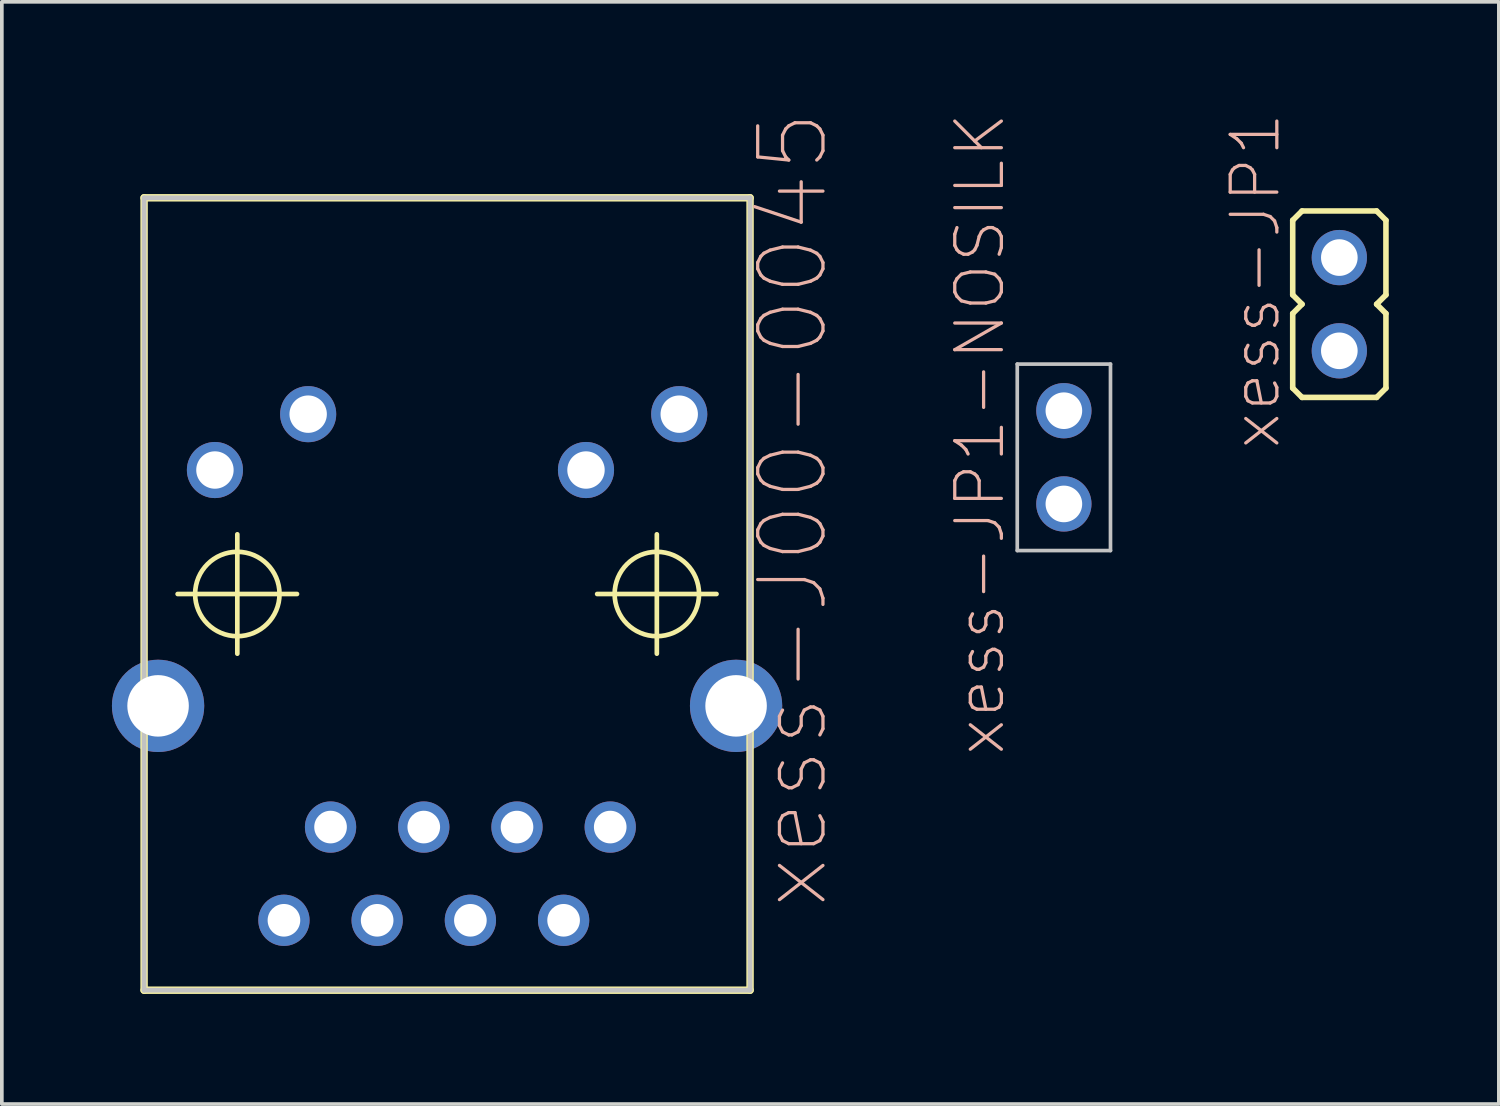
<source format=kicad_pcb>
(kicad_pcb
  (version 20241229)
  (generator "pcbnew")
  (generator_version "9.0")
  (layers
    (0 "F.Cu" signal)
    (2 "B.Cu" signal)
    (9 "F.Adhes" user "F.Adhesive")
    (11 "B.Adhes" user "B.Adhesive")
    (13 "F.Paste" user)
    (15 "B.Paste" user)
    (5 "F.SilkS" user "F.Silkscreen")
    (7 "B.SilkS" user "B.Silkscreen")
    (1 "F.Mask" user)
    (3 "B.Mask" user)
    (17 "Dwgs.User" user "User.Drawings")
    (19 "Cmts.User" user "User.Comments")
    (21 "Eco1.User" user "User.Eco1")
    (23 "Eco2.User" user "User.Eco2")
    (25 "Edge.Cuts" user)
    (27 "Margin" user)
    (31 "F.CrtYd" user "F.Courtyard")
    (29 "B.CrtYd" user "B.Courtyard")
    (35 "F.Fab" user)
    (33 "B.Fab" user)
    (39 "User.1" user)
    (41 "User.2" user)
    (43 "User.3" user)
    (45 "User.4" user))
  (footprint "xess-JP1-NOSILK"
    (layer "F.Cu")
    (at 25.936 9.41)
    (property "Reference" "xess-JP1-NOSILK" (at -2.286 -0.635 90) (layer "B.SilkS") (effects (font (size 1.27 1.27) (thickness 0.089))))
    (attr exclude_from_pos_files exclude_from_bom)
    (fp_line (start -1.27 -2.54) (end 1.27 -2.54) (stroke (width 0.1) (type solid)) (layer "Dwgs.User"))
    (fp_line (start -1.27 2.54) (end -1.27 -2.54) (stroke (width 0.1) (type solid)) (layer "Dwgs.User"))
    (fp_line (start -0.305 -1.575) (end 0.305 -1.575) (stroke (width 0.066) (type solid)) (layer "Dwgs.User"))
    (fp_line (start -0.305 -0.965) (end -0.305 -1.575) (stroke (width 0.066) (type solid)) (layer "Dwgs.User"))
    (fp_line (start -0.305 -0.965) (end 0.305 -0.965) (stroke (width 0.066) (type solid)) (layer "Dwgs.User"))
    (fp_line (start -0.305 0.965) (end 0.305 0.965) (stroke (width 0.066) (type solid)) (layer "Dwgs.User"))
    (fp_line (start -0.305 1.575) (end -0.305 0.965) (stroke (width 0.066) (type solid)) (layer "Dwgs.User"))
    (fp_line (start -0.305 1.575) (end 0.305 1.575) (stroke (width 0.066) (type solid)) (layer "Dwgs.User"))
    (fp_line (start 0.305 -0.965) (end 0.305 -1.575) (stroke (width 0.066) (type solid)) (layer "Dwgs.User"))
    (fp_line (start 0.305 1.575) (end 0.305 0.965) (stroke (width 0.066) (type solid)) (layer "Dwgs.User"))
    (fp_line (start 1.27 -2.54) (end 1.27 2.54) (stroke (width 0.1) (type solid)) (layer "Dwgs.User"))
    (fp_line (start 1.27 2.54) (end -1.27 2.54) (stroke (width 0.1) (type solid)) (layer "Dwgs.User"))
    (pad "1" thru_hole circle (at 0 1.27) (size 1.506 1.506) (drill 0.998) (layers "*.Cu" "*.Mask"))
    (pad "2" thru_hole circle (at 0 -1.27) (size 1.506 1.506) (drill 0.998) (layers "*.Cu" "*.Mask")))
  (footprint "xess-JP1"
    (layer "F.Cu")
    (at 33.441 5.238)
    (property "Reference" "xess-JP1" (at -2.286 -0.635 90) (layer "B.SilkS") (effects (font (size 1.27 1.27) (thickness 0.089))))
    (attr exclude_from_pos_files exclude_from_bom)
    (fp_line (start -1.27 -2.286) (end -1.27 -0.254) (stroke (width 0.152) (type solid)) (layer "F.SilkS"))
    (fp_line (start -1.27 -2.286) (end -1.016 -2.54) (stroke (width 0.152) (type solid)) (layer "F.SilkS"))
    (fp_line (start -1.27 0.254) (end -1.27 2.286) (stroke (width 0.152) (type solid)) (layer "F.SilkS"))
    (fp_line (start -1.016 0) (end -1.27 -0.254) (stroke (width 0.152) (type solid)) (layer "F.SilkS"))
    (fp_line (start -1.016 0) (end -1.27 0.254) (stroke (width 0.152) (type solid)) (layer "F.SilkS"))
    (fp_line (start -1.016 2.54) (end -1.27 2.286) (stroke (width 0.152) (type solid)) (layer "F.SilkS"))
    (fp_line (start -1.016 2.54) (end 1.016 2.54) (stroke (width 0.152) (type solid)) (layer "F.SilkS"))
    (fp_line (start 1.016 -2.54) (end -1.016 -2.54) (stroke (width 0.152) (type solid)) (layer "F.SilkS"))
    (fp_line (start 1.016 0) (end 1.27 -0.254) (stroke (width 0.152) (type solid)) (layer "F.SilkS"))
    (fp_line (start 1.016 0) (end 1.27 0.254) (stroke (width 0.152) (type solid)) (layer "F.SilkS"))
    (fp_line (start 1.016 2.54) (end 1.27 2.286) (stroke (width 0.152) (type solid)) (layer "F.SilkS"))
    (fp_line (start 1.27 -2.286) (end 1.016 -2.54) (stroke (width 0.152) (type solid)) (layer "F.SilkS"))
    (fp_line (start 1.27 -2.286) (end 1.27 -0.254) (stroke (width 0.152) (type solid)) (layer "F.SilkS"))
    (fp_line (start 1.27 0.254) (end 1.27 2.286) (stroke (width 0.152) (type solid)) (layer "F.SilkS"))
    (fp_line (start -0.305 -1.575) (end 0.305 -1.575) (stroke (width 0.066) (type solid)) (layer "Dwgs.User"))
    (fp_line (start -0.305 -0.965) (end -0.305 -1.575) (stroke (width 0.066) (type solid)) (layer "Dwgs.User"))
    (fp_line (start -0.305 -0.965) (end 0.305 -0.965) (stroke (width 0.066) (type solid)) (layer "Dwgs.User"))
    (fp_line (start -0.305 0.965) (end 0.305 0.965) (stroke (width 0.066) (type solid)) (layer "Dwgs.User"))
    (fp_line (start -0.305 1.575) (end -0.305 0.965) (stroke (width 0.066) (type solid)) (layer "Dwgs.User"))
    (fp_line (start -0.305 1.575) (end 0.305 1.575) (stroke (width 0.066) (type solid)) (layer "Dwgs.User"))
    (fp_line (start 0.305 -0.965) (end 0.305 -1.575) (stroke (width 0.066) (type solid)) (layer "Dwgs.User"))
    (fp_line (start 0.305 1.575) (end 0.305 0.965) (stroke (width 0.066) (type solid)) (layer "Dwgs.User"))
    (pad "1" thru_hole circle (at 0 1.27) (size 1.506 1.506) (drill 0.998) (layers "*.Cu" "*.Mask"))
    (pad "2" thru_hole circle (at 0 -1.27) (size 1.506 1.506) (drill 0.998) (layers "*.Cu" "*.Mask")))
  (footprint "xess-J00-0045"
    (layer "F.Cu")
    (at 9.131 13.134)
    (property "Reference" "xess-J00-0045" (at 9.423 -2.299 270) (layer "B.SilkS") (effects (font (size 1.778 1.778) (thickness 0.089))))
    (attr exclude_from_pos_files exclude_from_bom)
    (fp_line (start -8.255 -10.795) (end -8.255 10.795) (stroke (width 0.203) (type solid)) (layer "F.SilkS"))
    (fp_line (start -8.255 10.795) (end 8.255 10.795) (stroke (width 0.203) (type solid)) (layer "F.SilkS"))
    (fp_line (start -7.341 0) (end -4.089 0) (stroke (width 0.127) (type solid)) (layer "F.SilkS"))
    (fp_line (start -5.715 1.626) (end -5.715 -1.626) (stroke (width 0.127) (type solid)) (layer "F.SilkS"))
    (fp_line (start 4.089 0) (end 7.341 0) (stroke (width 0.127) (type solid)) (layer "F.SilkS"))
    (fp_line (start 5.715 1.626) (end 5.715 -1.626) (stroke (width 0.127) (type solid)) (layer "F.SilkS"))
    (fp_line (start 8.255 -10.795) (end -8.255 -10.795) (stroke (width 0.203) (type solid)) (layer "F.SilkS"))
    (fp_line (start 8.255 10.795) (end 8.255 -10.795) (stroke (width 0.203) (type solid)) (layer "F.SilkS"))
    (fp_circle (center -5.715 0) (end -6.528 0.813) (stroke (width 0.127) (type solid)) (fill no) (layer "F.SilkS"))
    (fp_circle (center 5.715 0) (end 6.528 0.813) (stroke (width 0.127) (type solid)) (fill no) (layer "F.SilkS"))
    (fp_line (start -8.255 -10.795) (end -8.255 10.795) (stroke (width 0.127) (type solid)) (layer "Dwgs.User"))
    (fp_line (start -8.255 10.795) (end 8.255 10.795) (stroke (width 0.127) (type solid)) (layer "Dwgs.User"))
    (fp_line (start 8.255 -10.795) (end -8.255 -10.795) (stroke (width 0.127) (type solid)) (layer "Dwgs.User"))
    (fp_line (start 8.255 10.795) (end 8.255 -10.795) (stroke (width 0.127) (type solid)) (layer "Dwgs.User"))
    (pad "1" thru_hole circle (at 4.445 6.35) (size 1.397 1.397) (drill 0.889) (layers "*.Cu" "*.Mask"))
    (pad "2" thru_hole circle (at 3.175 8.89) (size 1.397 1.397) (drill 0.889) (layers "*.Cu" "*.Mask"))
    (pad "3" thru_hole circle (at 1.905 6.35) (size 1.397 1.397) (drill 0.889) (layers "*.Cu" "*.Mask"))
    (pad "4" thru_hole circle (at 0.635 8.89) (size 1.397 1.397) (drill 0.889) (layers "*.Cu" "*.Mask"))
    (pad "5" thru_hole circle (at -0.635 6.35) (size 1.397 1.397) (drill 0.889) (layers "*.Cu" "*.Mask"))
    (pad "6" thru_hole circle (at -1.905 8.89) (size 1.397 1.397) (drill 0.889) (layers "*.Cu" "*.Mask"))
    (pad "7" thru_hole circle (at -3.175 6.35) (size 1.397 1.397) (drill 0.889) (layers "*.Cu" "*.Mask"))
    (pad "8" thru_hole circle (at -4.445 8.89) (size 1.397 1.397) (drill 0.889) (layers "*.Cu" "*.Mask"))
    (pad "9" thru_hole circle (at 6.325 -4.9) (size 1.529 1.529) (drill 1.019) (layers "*.Cu" "*.Mask"))
    (pad "10" thru_hole circle (at 3.785 -3.378) (size 1.529 1.529) (drill 1.019) (layers "*.Cu" "*.Mask"))
    (pad "11" thru_hole circle (at -3.785 -4.9) (size 1.529 1.529) (drill 1.019) (layers "*.Cu" "*.Mask"))
    (pad "12" thru_hole circle (at -6.325 -3.378) (size 1.529 1.529) (drill 1.019) (layers "*.Cu" "*.Mask"))
    (pad "S1" thru_hole circle (at -7.874 3.048) (size 2.515 2.515) (drill 1.676) (layers "*.Cu" "*.Mask"))
    (pad "S2" thru_hole circle (at 7.874 3.048) (size 2.515 2.515) (drill 1.676) (layers "*.Cu" "*.Mask")))
  (gr_rect
    (start -3 -3)
    (end 37.787 27.031)
    (stroke (width 0.1) (type default))
    (fill no)
    (layer "Edge.Cuts")))
</source>
